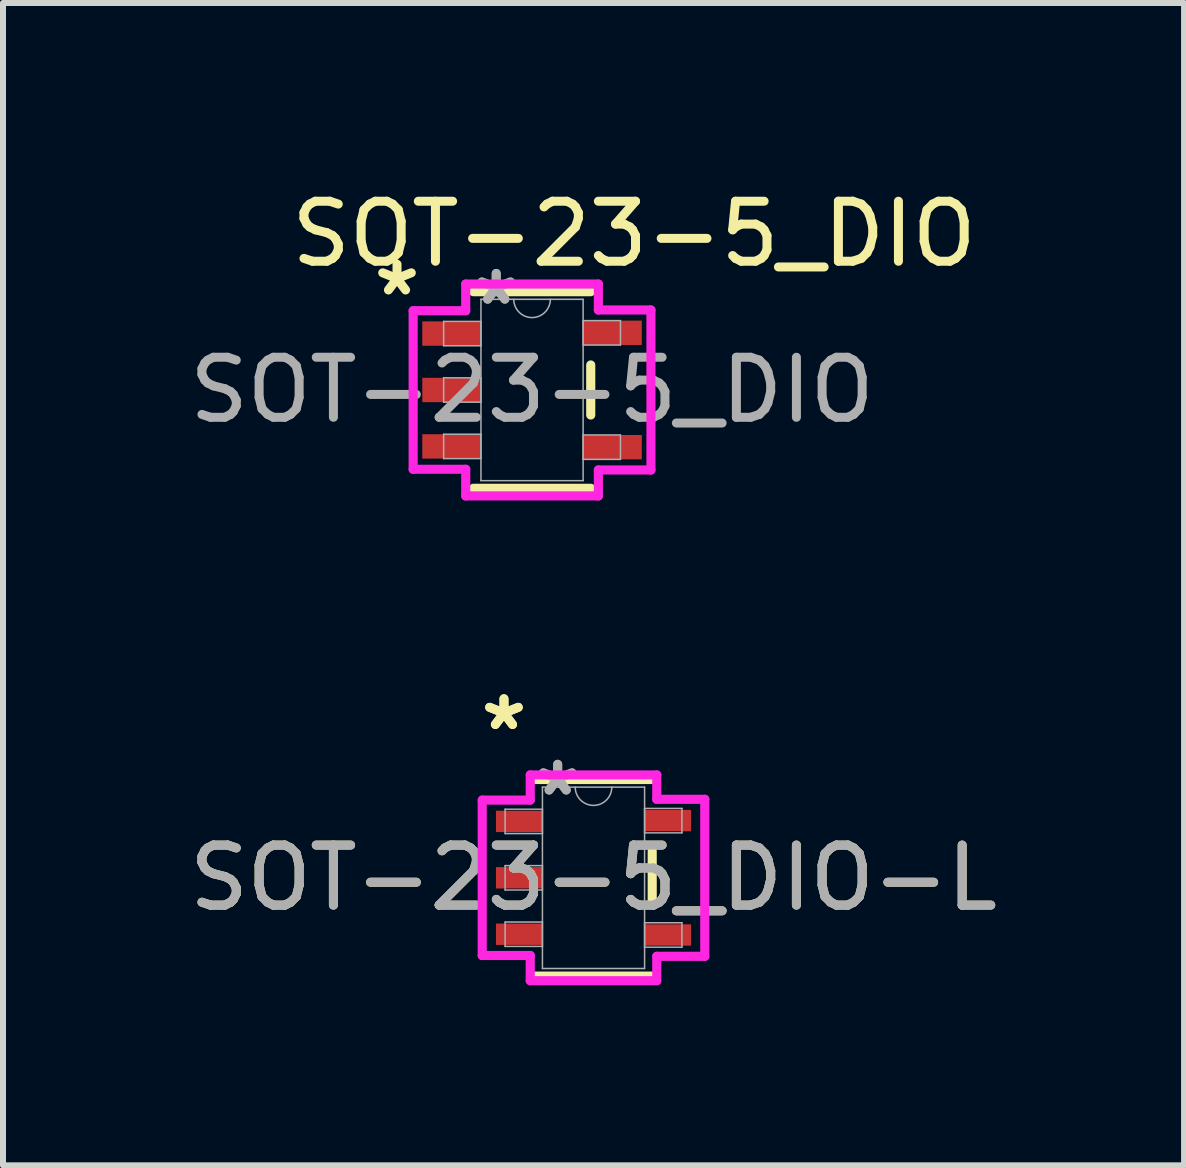
<source format=kicad_pcb>
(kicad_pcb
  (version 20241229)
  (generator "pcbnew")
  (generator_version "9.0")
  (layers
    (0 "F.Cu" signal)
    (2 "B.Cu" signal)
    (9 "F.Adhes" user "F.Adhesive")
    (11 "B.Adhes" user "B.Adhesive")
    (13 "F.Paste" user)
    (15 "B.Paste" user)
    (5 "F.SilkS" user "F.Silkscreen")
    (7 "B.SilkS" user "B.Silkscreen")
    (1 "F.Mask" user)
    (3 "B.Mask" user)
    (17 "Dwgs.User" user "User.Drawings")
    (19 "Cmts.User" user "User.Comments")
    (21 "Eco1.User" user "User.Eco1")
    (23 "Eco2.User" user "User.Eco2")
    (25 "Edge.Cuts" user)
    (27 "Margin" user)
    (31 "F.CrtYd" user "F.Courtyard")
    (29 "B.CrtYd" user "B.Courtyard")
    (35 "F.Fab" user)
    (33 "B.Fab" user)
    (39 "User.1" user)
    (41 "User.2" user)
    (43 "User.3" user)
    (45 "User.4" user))
  (footprint "SOT-23-5_DIO-L"
    (layer "F.Cu")
    (at 6.839 11.576)
    (property "Reference" "SOT-23-5_DIO-L" (at 0 0 0) (unlocked yes) (layer "F.SilkS") (effects (font (size 1 1) (thickness 0.15))))
    (attr smd)
    (fp_line (start -0.978 1.638) (end 0.978 1.638) (stroke (width 0.152) (type solid)) (layer "F.SilkS"))
    (fp_line (start 0.978 -1.638) (end -0.978 -1.638) (stroke (width 0.152) (type solid)) (layer "F.SilkS"))
    (fp_line (start 0.978 0.442) (end 0.978 -0.442) (stroke (width 0.152) (type solid)) (layer "F.SilkS"))
    (fp_line (start -1.854 -1.295) (end -1.054 -1.295) (stroke (width 0.152) (type solid)) (layer "F.CrtYd"))
    (fp_line (start -1.854 1.295) (end -1.854 -1.295) (stroke (width 0.152) (type solid)) (layer "F.CrtYd"))
    (fp_line (start -1.054 -1.714) (end 1.054 -1.714) (stroke (width 0.152) (type solid)) (layer "F.CrtYd"))
    (fp_line (start -1.054 -1.295) (end -1.054 -1.714) (stroke (width 0.152) (type solid)) (layer "F.CrtYd"))
    (fp_line (start -1.054 1.295) (end -1.854 1.295) (stroke (width 0.152) (type solid)) (layer "F.CrtYd"))
    (fp_line (start -1.054 1.714) (end -1.054 1.295) (stroke (width 0.152) (type solid)) (layer "F.CrtYd"))
    (fp_line (start 1.054 -1.714) (end 1.054 -1.308) (stroke (width 0.152) (type solid)) (layer "F.CrtYd"))
    (fp_line (start 1.054 -1.308) (end 1.854 -1.308) (stroke (width 0.152) (type solid)) (layer "F.CrtYd"))
    (fp_line (start 1.054 1.308) (end 1.054 1.714) (stroke (width 0.152) (type solid)) (layer "F.CrtYd"))
    (fp_line (start 1.054 1.714) (end -1.054 1.714) (stroke (width 0.152) (type solid)) (layer "F.CrtYd"))
    (fp_line (start 1.854 -1.308) (end 1.854 1.308) (stroke (width 0.152) (type solid)) (layer "F.CrtYd"))
    (fp_line (start 1.854 1.308) (end 1.054 1.308) (stroke (width 0.152) (type solid)) (layer "F.CrtYd"))
    (fp_line (start -1.473 -1.143) (end -1.473 -0.737) (stroke (width 0.025) (type solid)) (layer "F.Fab"))
    (fp_line (start -1.473 -0.737) (end -0.851 -0.737) (stroke (width 0.025) (type solid)) (layer "F.Fab"))
    (fp_line (start -1.473 -0.203) (end -1.473 0.203) (stroke (width 0.025) (type solid)) (layer "F.Fab"))
    (fp_line (start -1.473 0.203) (end -0.851 0.203) (stroke (width 0.025) (type solid)) (layer "F.Fab"))
    (fp_line (start -1.473 0.737) (end -1.473 1.143) (stroke (width 0.025) (type solid)) (layer "F.Fab"))
    (fp_line (start -1.473 1.143) (end -0.851 1.143) (stroke (width 0.025) (type solid)) (layer "F.Fab"))
    (fp_line (start -0.851 -1.511) (end -0.851 1.511) (stroke (width 0.025) (type solid)) (layer "F.Fab"))
    (fp_line (start -0.851 -1.143) (end -1.473 -1.143) (stroke (width 0.025) (type solid)) (layer "F.Fab"))
    (fp_line (start -0.851 -0.737) (end -0.851 -1.143) (stroke (width 0.025) (type solid)) (layer "F.Fab"))
    (fp_line (start -0.851 -0.203) (end -1.473 -0.203) (stroke (width 0.025) (type solid)) (layer "F.Fab"))
    (fp_line (start -0.851 0.203) (end -0.851 -0.203) (stroke (width 0.025) (type solid)) (layer "F.Fab"))
    (fp_line (start -0.851 0.737) (end -1.473 0.737) (stroke (width 0.025) (type solid)) (layer "F.Fab"))
    (fp_line (start -0.851 1.143) (end -0.851 0.737) (stroke (width 0.025) (type solid)) (layer "F.Fab"))
    (fp_line (start -0.851 1.511) (end 0.851 1.511) (stroke (width 0.025) (type solid)) (layer "F.Fab"))
    (fp_line (start 0.851 -1.511) (end -0.851 -1.511) (stroke (width 0.025) (type solid)) (layer "F.Fab"))
    (fp_line (start 0.851 -1.156) (end 0.851 -0.749) (stroke (width 0.025) (type solid)) (layer "F.Fab"))
    (fp_line (start 0.851 -0.749) (end 1.473 -0.749) (stroke (width 0.025) (type solid)) (layer "F.Fab"))
    (fp_line (start 0.851 0.749) (end 0.851 1.156) (stroke (width 0.025) (type solid)) (layer "F.Fab"))
    (fp_line (start 0.851 1.156) (end 1.473 1.156) (stroke (width 0.025) (type solid)) (layer "F.Fab"))
    (fp_line (start 0.851 1.511) (end 0.851 -1.511) (stroke (width 0.025) (type solid)) (layer "F.Fab"))
    (fp_line (start 1.473 -1.156) (end 0.851 -1.156) (stroke (width 0.025) (type solid)) (layer "F.Fab"))
    (fp_line (start 1.473 -0.749) (end 1.473 -1.156) (stroke (width 0.025) (type solid)) (layer "F.Fab"))
    (fp_line (start 1.473 0.749) (end 0.851 0.749) (stroke (width 0.025) (type solid)) (layer "F.Fab"))
    (fp_line (start 1.473 1.156) (end 1.473 0.749) (stroke (width 0.025) (type solid)) (layer "F.Fab"))
    (fp_arc (start 0.3048 -1.5113) (mid 0 -1.2065) (end -0.3048 -1.5113) (stroke (width 0.0254) (type solid)) (layer "F.Fab"))
    (fp_text user "*" (at -1.492 -2.438 0) (layer "F.SilkS") (effects (font (size 1 1) (thickness 0.15))))
    (fp_text user "*" (at -1.492 -2.438 0) (unlocked yes) (layer "F.SilkS") (effects (font (size 1 1) (thickness 0.15))))
    (fp_text user "${REFERENCE}" (at 0 0 0) (unlocked yes) (layer "F.Fab") (effects (font (size 1 1) (thickness 0.15))))
    (fp_text user "*" (at -0.597 -1.346 0) (unlocked yes) (layer "F.Fab") (effects (font (size 1 1) (thickness 0.15))))
    (fp_text user "*" (at -0.597 -1.346 0) (layer "F.Fab") (effects (font (size 1 1) (thickness 0.15))))
    (pad "1" smd rect (at -1.238 -0.94) (size 0.775 0.356) (layers "F.Cu" "F.Mask" "F.Paste"))
    (pad "2" smd rect (at -1.238 0) (size 0.775 0.356) (layers "F.Cu" "F.Mask" "F.Paste"))
    (pad "3" smd rect (at -1.238 0.94) (size 0.775 0.356) (layers "F.Cu" "F.Mask" "F.Paste"))
    (pad "4" smd rect (at 1.238 0.953) (size 0.775 0.356) (layers "F.Cu" "F.Mask" "F.Paste"))
    (pad "5" smd rect (at 1.238 -0.953) (size 0.775 0.356) (layers "F.Cu" "F.Mask" "F.Paste")))
  (footprint "SOT-23-5_DIO"
    (layer "F.Cu")
    (at 5.815 3.448)
    (property "Reference" "SOT-23-5_DIO" (at 1.7 -2.6 0) (unlocked yes) (layer "F.SilkS") (effects (font (size 1 1) (thickness 0.15))))
    (attr smd)
    (fp_line (start -0.978 1.638) (end 0.978 1.638) (stroke (width 0.152) (type solid)) (layer "F.SilkS"))
    (fp_line (start 0.978 -1.638) (end -0.978 -1.638) (stroke (width 0.152) (type solid)) (layer "F.SilkS"))
    (fp_line (start 0.978 0.417) (end 0.978 -0.417) (stroke (width 0.152) (type solid)) (layer "F.SilkS"))
    (fp_line (start -1.981 -1.321) (end -1.105 -1.321) (stroke (width 0.152) (type solid)) (layer "F.CrtYd"))
    (fp_line (start -1.981 1.321) (end -1.981 -1.321) (stroke (width 0.152) (type solid)) (layer "F.CrtYd"))
    (fp_line (start -1.105 -1.765) (end 1.105 -1.765) (stroke (width 0.152) (type solid)) (layer "F.CrtYd"))
    (fp_line (start -1.105 -1.321) (end -1.105 -1.765) (stroke (width 0.152) (type solid)) (layer "F.CrtYd"))
    (fp_line (start -1.105 1.321) (end -1.981 1.321) (stroke (width 0.152) (type solid)) (layer "F.CrtYd"))
    (fp_line (start -1.105 1.765) (end -1.105 1.321) (stroke (width 0.152) (type solid)) (layer "F.CrtYd"))
    (fp_line (start 1.105 -1.765) (end 1.105 -1.333) (stroke (width 0.152) (type solid)) (layer "F.CrtYd"))
    (fp_line (start 1.105 -1.333) (end 1.981 -1.333) (stroke (width 0.152) (type solid)) (layer "F.CrtYd"))
    (fp_line (start 1.105 1.333) (end 1.105 1.765) (stroke (width 0.152) (type solid)) (layer "F.CrtYd"))
    (fp_line (start 1.105 1.765) (end -1.105 1.765) (stroke (width 0.152) (type solid)) (layer "F.CrtYd"))
    (fp_line (start 1.981 -1.333) (end 1.981 1.333) (stroke (width 0.152) (type solid)) (layer "F.CrtYd"))
    (fp_line (start 1.981 1.333) (end 1.105 1.333) (stroke (width 0.152) (type solid)) (layer "F.CrtYd"))
    (fp_line (start -1.473 -1.143) (end -1.473 -0.737) (stroke (width 0.025) (type solid)) (layer "F.Fab"))
    (fp_line (start -1.473 -0.737) (end -0.851 -0.737) (stroke (width 0.025) (type solid)) (layer "F.Fab"))
    (fp_line (start -1.473 -0.203) (end -1.473 0.203) (stroke (width 0.025) (type solid)) (layer "F.Fab"))
    (fp_line (start -1.473 0.203) (end -0.851 0.203) (stroke (width 0.025) (type solid)) (layer "F.Fab"))
    (fp_line (start -1.473 0.737) (end -1.473 1.143) (stroke (width 0.025) (type solid)) (layer "F.Fab"))
    (fp_line (start -1.473 1.143) (end -0.851 1.143) (stroke (width 0.025) (type solid)) (layer "F.Fab"))
    (fp_line (start -0.851 -1.511) (end -0.851 1.511) (stroke (width 0.025) (type solid)) (layer "F.Fab"))
    (fp_line (start -0.851 -1.143) (end -1.473 -1.143) (stroke (width 0.025) (type solid)) (layer "F.Fab"))
    (fp_line (start -0.851 -0.737) (end -0.851 -1.143) (stroke (width 0.025) (type solid)) (layer "F.Fab"))
    (fp_line (start -0.851 -0.203) (end -1.473 -0.203) (stroke (width 0.025) (type solid)) (layer "F.Fab"))
    (fp_line (start -0.851 0.203) (end -0.851 -0.203) (stroke (width 0.025) (type solid)) (layer "F.Fab"))
    (fp_line (start -0.851 0.737) (end -1.473 0.737) (stroke (width 0.025) (type solid)) (layer "F.Fab"))
    (fp_line (start -0.851 1.143) (end -0.851 0.737) (stroke (width 0.025) (type solid)) (layer "F.Fab"))
    (fp_line (start -0.851 1.511) (end 0.851 1.511) (stroke (width 0.025) (type solid)) (layer "F.Fab"))
    (fp_line (start 0.851 -1.511) (end -0.851 -1.511) (stroke (width 0.025) (type solid)) (layer "F.Fab"))
    (fp_line (start 0.851 -1.156) (end 0.851 -0.749) (stroke (width 0.025) (type solid)) (layer "F.Fab"))
    (fp_line (start 0.851 -0.749) (end 1.473 -0.749) (stroke (width 0.025) (type solid)) (layer "F.Fab"))
    (fp_line (start 0.851 0.749) (end 0.851 1.156) (stroke (width 0.025) (type solid)) (layer "F.Fab"))
    (fp_line (start 0.851 1.156) (end 1.473 1.156) (stroke (width 0.025) (type solid)) (layer "F.Fab"))
    (fp_line (start 0.851 1.511) (end 0.851 -1.511) (stroke (width 0.025) (type solid)) (layer "F.Fab"))
    (fp_line (start 1.473 -1.156) (end 0.851 -1.156) (stroke (width 0.025) (type solid)) (layer "F.Fab"))
    (fp_line (start 1.473 -0.749) (end 1.473 -1.156) (stroke (width 0.025) (type solid)) (layer "F.Fab"))
    (fp_line (start 1.473 0.749) (end 0.851 0.749) (stroke (width 0.025) (type solid)) (layer "F.Fab"))
    (fp_line (start 1.473 1.156) (end 1.473 0.749) (stroke (width 0.025) (type solid)) (layer "F.Fab"))
    (fp_arc (start 0.3048 -1.5113) (mid 0 -1.2065) (end -0.3048 -1.5113) (stroke (width 0.0254) (type solid)) (layer "F.Fab"))
    (fp_text user "*" (at -2.25 -1.55 0) (layer "F.SilkS") (effects (font (size 1 1) (thickness 0.15))))
    (fp_text user "${REFERENCE}" (at 0 0 0) (unlocked yes) (layer "F.Fab") (effects (font (size 1 1) (thickness 0.15))))
    (fp_text user "*" (at -0.597 -1.397 0) (layer "F.Fab") (effects (font (size 1 1) (thickness 0.15))))
    (fp_text user "*" (at -0.597 -1.397 0) (unlocked yes) (layer "F.Fab") (effects (font (size 1 1) (thickness 0.15))))
    (pad "1" smd rect (at -1.34 -0.94) (size 0.978 0.406) (layers "F.Cu" "F.Mask" "F.Paste"))
    (pad "2" smd rect (at -1.34 0) (size 0.978 0.406) (layers "F.Cu" "F.Mask" "F.Paste"))
    (pad "3" smd rect (at -1.34 0.94) (size 0.978 0.406) (layers "F.Cu" "F.Mask" "F.Paste"))
    (pad "4" smd rect (at 1.34 0.953) (size 0.978 0.406) (layers "F.Cu" "F.Mask" "F.Paste"))
    (pad "5" smd rect (at 1.34 -0.953) (size 0.978 0.406) (layers "F.Cu" "F.Mask" "F.Paste")))
  (gr_rect
    (start -3 -3)
    (end 16.679 16.367)
    (stroke (width 0.1) (type default))
    (fill no)
    (layer "Edge.Cuts")))
</source>
